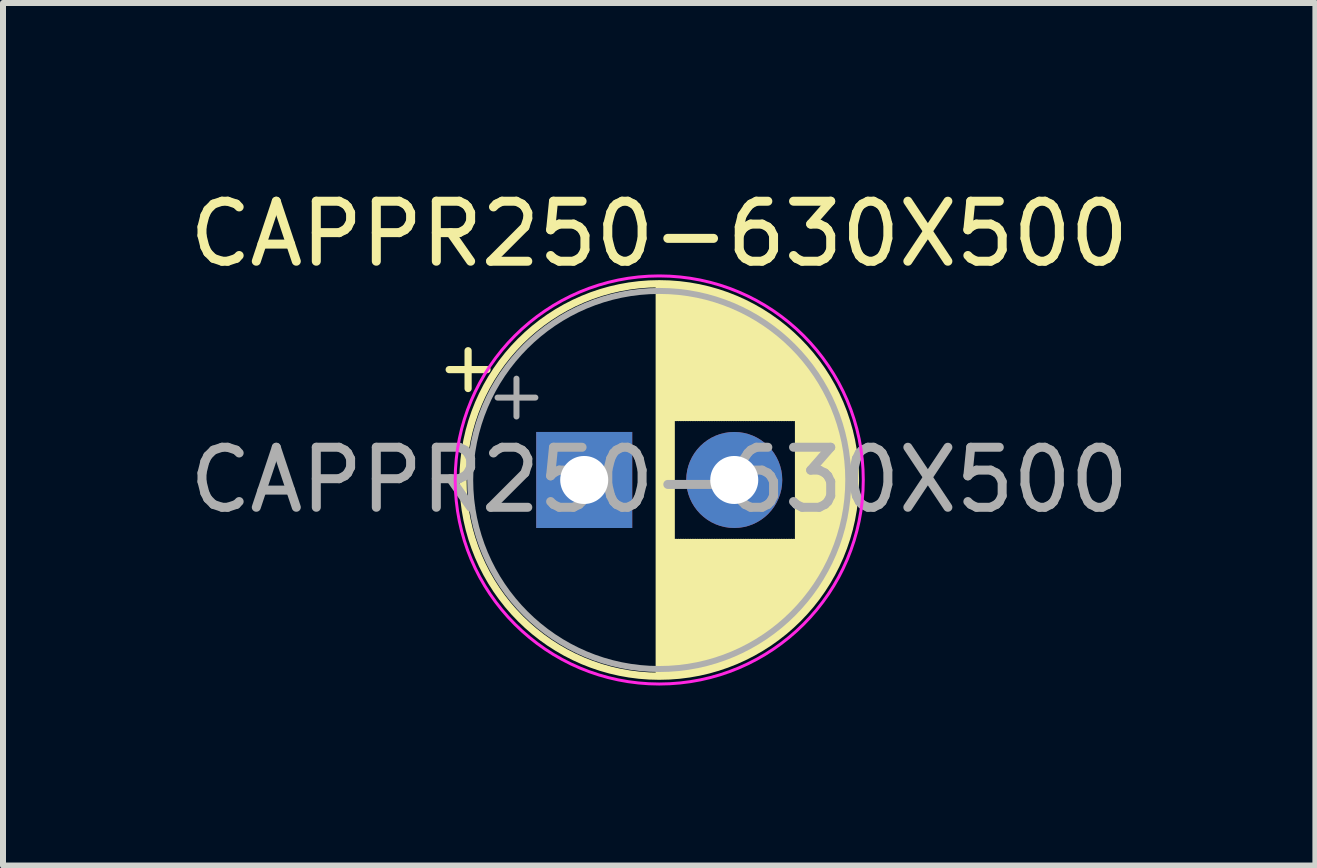
<source format=kicad_pcb>
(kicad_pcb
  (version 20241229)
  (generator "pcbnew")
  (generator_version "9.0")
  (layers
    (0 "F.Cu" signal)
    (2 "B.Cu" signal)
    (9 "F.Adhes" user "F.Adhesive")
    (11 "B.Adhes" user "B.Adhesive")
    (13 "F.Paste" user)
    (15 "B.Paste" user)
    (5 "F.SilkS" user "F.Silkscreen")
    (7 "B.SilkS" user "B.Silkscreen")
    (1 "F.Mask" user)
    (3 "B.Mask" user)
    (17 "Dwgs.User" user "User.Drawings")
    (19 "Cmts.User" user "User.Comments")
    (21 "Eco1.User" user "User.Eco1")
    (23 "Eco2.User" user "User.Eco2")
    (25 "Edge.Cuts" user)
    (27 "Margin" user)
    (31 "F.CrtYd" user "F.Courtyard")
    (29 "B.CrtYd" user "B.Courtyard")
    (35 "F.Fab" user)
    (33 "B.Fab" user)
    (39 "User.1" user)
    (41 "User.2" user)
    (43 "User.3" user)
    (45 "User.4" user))
  (footprint "CAPPR250-630X500"
    (layer "F.Cu")
    (at 7.935 4.948)
    (property "Reference" "CAPPR250-630X500" (at 0 -4.1 0) (layer "F.SilkS") (effects (font (size 1 1) (thickness 0.15))))
    (attr through_hole)
    (fp_line (start -3.5 -1.839) (end -2.87 -1.839) (stroke (width 0.12) (type solid)) (layer "F.SilkS"))
    (fp_line (start -3.185 -2.154) (end -3.185 -1.524) (stroke (width 0.12) (type solid)) (layer "F.SilkS"))
    (fp_line (start 0 -3.23) (end 0 3.23) (stroke (width 0.12) (type solid)) (layer "F.SilkS"))
    (fp_line (start 0.04 -3.23) (end 0.04 3.23) (stroke (width 0.12) (type solid)) (layer "F.SilkS"))
    (fp_line (start 0.08 -3.23) (end 0.08 3.23) (stroke (width 0.12) (type solid)) (layer "F.SilkS"))
    (fp_line (start 0.12 -3.228) (end 0.12 3.228) (stroke (width 0.12) (type solid)) (layer "F.SilkS"))
    (fp_line (start 0.16 -3.227) (end 0.16 3.227) (stroke (width 0.12) (type solid)) (layer "F.SilkS"))
    (fp_line (start 0.2 -3.224) (end 0.2 3.224) (stroke (width 0.12) (type solid)) (layer "F.SilkS"))
    (fp_line (start 0.24 -3.222) (end 0.24 -1.04) (stroke (width 0.12) (type solid)) (layer "F.SilkS"))
    (fp_line (start 0.24 1.04) (end 0.24 3.222) (stroke (width 0.12) (type solid)) (layer "F.SilkS"))
    (fp_line (start 0.28 -3.218) (end 0.28 -1.04) (stroke (width 0.12) (type solid)) (layer "F.SilkS"))
    (fp_line (start 0.28 1.04) (end 0.28 3.218) (stroke (width 0.12) (type solid)) (layer "F.SilkS"))
    (fp_line (start 0.32 -3.215) (end 0.32 -1.04) (stroke (width 0.12) (type solid)) (layer "F.SilkS"))
    (fp_line (start 0.32 1.04) (end 0.32 3.215) (stroke (width 0.12) (type solid)) (layer "F.SilkS"))
    (fp_line (start 0.36 -3.211) (end 0.36 -1.04) (stroke (width 0.12) (type solid)) (layer "F.SilkS"))
    (fp_line (start 0.36 1.04) (end 0.36 3.211) (stroke (width 0.12) (type solid)) (layer "F.SilkS"))
    (fp_line (start 0.4 -3.206) (end 0.4 -1.04) (stroke (width 0.12) (type solid)) (layer "F.SilkS"))
    (fp_line (start 0.4 1.04) (end 0.4 3.206) (stroke (width 0.12) (type solid)) (layer "F.SilkS"))
    (fp_line (start 0.44 -3.201) (end 0.44 -1.04) (stroke (width 0.12) (type solid)) (layer "F.SilkS"))
    (fp_line (start 0.44 1.04) (end 0.44 3.201) (stroke (width 0.12) (type solid)) (layer "F.SilkS"))
    (fp_line (start 0.48 -3.195) (end 0.48 -1.04) (stroke (width 0.12) (type solid)) (layer "F.SilkS"))
    (fp_line (start 0.48 1.04) (end 0.48 3.195) (stroke (width 0.12) (type solid)) (layer "F.SilkS"))
    (fp_line (start 0.52 -3.189) (end 0.52 -1.04) (stroke (width 0.12) (type solid)) (layer "F.SilkS"))
    (fp_line (start 0.52 1.04) (end 0.52 3.189) (stroke (width 0.12) (type solid)) (layer "F.SilkS"))
    (fp_line (start 0.56 -3.182) (end 0.56 -1.04) (stroke (width 0.12) (type solid)) (layer "F.SilkS"))
    (fp_line (start 0.56 1.04) (end 0.56 3.182) (stroke (width 0.12) (type solid)) (layer "F.SilkS"))
    (fp_line (start 0.6 -3.175) (end 0.6 -1.04) (stroke (width 0.12) (type solid)) (layer "F.SilkS"))
    (fp_line (start 0.6 1.04) (end 0.6 3.175) (stroke (width 0.12) (type solid)) (layer "F.SilkS"))
    (fp_line (start 0.64 -3.167) (end 0.64 -1.04) (stroke (width 0.12) (type solid)) (layer "F.SilkS"))
    (fp_line (start 0.64 1.04) (end 0.64 3.167) (stroke (width 0.12) (type solid)) (layer "F.SilkS"))
    (fp_line (start 0.68 -3.159) (end 0.68 -1.04) (stroke (width 0.12) (type solid)) (layer "F.SilkS"))
    (fp_line (start 0.68 1.04) (end 0.68 3.159) (stroke (width 0.12) (type solid)) (layer "F.SilkS"))
    (fp_line (start 0.721 -3.15) (end 0.721 -1.04) (stroke (width 0.12) (type solid)) (layer "F.SilkS"))
    (fp_line (start 0.721 1.04) (end 0.721 3.15) (stroke (width 0.12) (type solid)) (layer "F.SilkS"))
    (fp_line (start 0.761 -3.141) (end 0.761 -1.04) (stroke (width 0.12) (type solid)) (layer "F.SilkS"))
    (fp_line (start 0.761 1.04) (end 0.761 3.141) (stroke (width 0.12) (type solid)) (layer "F.SilkS"))
    (fp_line (start 0.801 -3.131) (end 0.801 -1.04) (stroke (width 0.12) (type solid)) (layer "F.SilkS"))
    (fp_line (start 0.801 1.04) (end 0.801 3.131) (stroke (width 0.12) (type solid)) (layer "F.SilkS"))
    (fp_line (start 0.841 -3.121) (end 0.841 -1.04) (stroke (width 0.12) (type solid)) (layer "F.SilkS"))
    (fp_line (start 0.841 1.04) (end 0.841 3.121) (stroke (width 0.12) (type solid)) (layer "F.SilkS"))
    (fp_line (start 0.881 -3.11) (end 0.881 -1.04) (stroke (width 0.12) (type solid)) (layer "F.SilkS"))
    (fp_line (start 0.881 1.04) (end 0.881 3.11) (stroke (width 0.12) (type solid)) (layer "F.SilkS"))
    (fp_line (start 0.921 -3.098) (end 0.921 -1.04) (stroke (width 0.12) (type solid)) (layer "F.SilkS"))
    (fp_line (start 0.921 1.04) (end 0.921 3.098) (stroke (width 0.12) (type solid)) (layer "F.SilkS"))
    (fp_line (start 0.961 -3.086) (end 0.961 -1.04) (stroke (width 0.12) (type solid)) (layer "F.SilkS"))
    (fp_line (start 0.961 1.04) (end 0.961 3.086) (stroke (width 0.12) (type solid)) (layer "F.SilkS"))
    (fp_line (start 1.001 -3.074) (end 1.001 -1.04) (stroke (width 0.12) (type solid)) (layer "F.SilkS"))
    (fp_line (start 1.001 1.04) (end 1.001 3.074) (stroke (width 0.12) (type solid)) (layer "F.SilkS"))
    (fp_line (start 1.041 -3.061) (end 1.041 -1.04) (stroke (width 0.12) (type solid)) (layer "F.SilkS"))
    (fp_line (start 1.041 1.04) (end 1.041 3.061) (stroke (width 0.12) (type solid)) (layer "F.SilkS"))
    (fp_line (start 1.081 -3.047) (end 1.081 -1.04) (stroke (width 0.12) (type solid)) (layer "F.SilkS"))
    (fp_line (start 1.081 1.04) (end 1.081 3.047) (stroke (width 0.12) (type solid)) (layer "F.SilkS"))
    (fp_line (start 1.121 -3.033) (end 1.121 -1.04) (stroke (width 0.12) (type solid)) (layer "F.SilkS"))
    (fp_line (start 1.121 1.04) (end 1.121 3.033) (stroke (width 0.12) (type solid)) (layer "F.SilkS"))
    (fp_line (start 1.161 -3.018) (end 1.161 -1.04) (stroke (width 0.12) (type solid)) (layer "F.SilkS"))
    (fp_line (start 1.161 1.04) (end 1.161 3.018) (stroke (width 0.12) (type solid)) (layer "F.SilkS"))
    (fp_line (start 1.201 -3.002) (end 1.201 -1.04) (stroke (width 0.12) (type solid)) (layer "F.SilkS"))
    (fp_line (start 1.201 1.04) (end 1.201 3.002) (stroke (width 0.12) (type solid)) (layer "F.SilkS"))
    (fp_line (start 1.241 -2.986) (end 1.241 -1.04) (stroke (width 0.12) (type solid)) (layer "F.SilkS"))
    (fp_line (start 1.241 1.04) (end 1.241 2.986) (stroke (width 0.12) (type solid)) (layer "F.SilkS"))
    (fp_line (start 1.281 -2.97) (end 1.281 -1.04) (stroke (width 0.12) (type solid)) (layer "F.SilkS"))
    (fp_line (start 1.281 1.04) (end 1.281 2.97) (stroke (width 0.12) (type solid)) (layer "F.SilkS"))
    (fp_line (start 1.321 -2.952) (end 1.321 -1.04) (stroke (width 0.12) (type solid)) (layer "F.SilkS"))
    (fp_line (start 1.321 1.04) (end 1.321 2.952) (stroke (width 0.12) (type solid)) (layer "F.SilkS"))
    (fp_line (start 1.361 -2.934) (end 1.361 -1.04) (stroke (width 0.12) (type solid)) (layer "F.SilkS"))
    (fp_line (start 1.361 1.04) (end 1.361 2.934) (stroke (width 0.12) (type solid)) (layer "F.SilkS"))
    (fp_line (start 1.401 -2.916) (end 1.401 -1.04) (stroke (width 0.12) (type solid)) (layer "F.SilkS"))
    (fp_line (start 1.401 1.04) (end 1.401 2.916) (stroke (width 0.12) (type solid)) (layer "F.SilkS"))
    (fp_line (start 1.441 -2.896) (end 1.441 -1.04) (stroke (width 0.12) (type solid)) (layer "F.SilkS"))
    (fp_line (start 1.441 1.04) (end 1.441 2.896) (stroke (width 0.12) (type solid)) (layer "F.SilkS"))
    (fp_line (start 1.481 -2.876) (end 1.481 -1.04) (stroke (width 0.12) (type solid)) (layer "F.SilkS"))
    (fp_line (start 1.481 1.04) (end 1.481 2.876) (stroke (width 0.12) (type solid)) (layer "F.SilkS"))
    (fp_line (start 1.521 -2.856) (end 1.521 -1.04) (stroke (width 0.12) (type solid)) (layer "F.SilkS"))
    (fp_line (start 1.521 1.04) (end 1.521 2.856) (stroke (width 0.12) (type solid)) (layer "F.SilkS"))
    (fp_line (start 1.561 -2.834) (end 1.561 -1.04) (stroke (width 0.12) (type solid)) (layer "F.SilkS"))
    (fp_line (start 1.561 1.04) (end 1.561 2.834) (stroke (width 0.12) (type solid)) (layer "F.SilkS"))
    (fp_line (start 1.601 -2.812) (end 1.601 -1.04) (stroke (width 0.12) (type solid)) (layer "F.SilkS"))
    (fp_line (start 1.601 1.04) (end 1.601 2.812) (stroke (width 0.12) (type solid)) (layer "F.SilkS"))
    (fp_line (start 1.641 -2.79) (end 1.641 -1.04) (stroke (width 0.12) (type solid)) (layer "F.SilkS"))
    (fp_line (start 1.641 1.04) (end 1.641 2.79) (stroke (width 0.12) (type solid)) (layer "F.SilkS"))
    (fp_line (start 1.681 -2.766) (end 1.681 -1.04) (stroke (width 0.12) (type solid)) (layer "F.SilkS"))
    (fp_line (start 1.681 1.04) (end 1.681 2.766) (stroke (width 0.12) (type solid)) (layer "F.SilkS"))
    (fp_line (start 1.721 -2.742) (end 1.721 -1.04) (stroke (width 0.12) (type solid)) (layer "F.SilkS"))
    (fp_line (start 1.721 1.04) (end 1.721 2.742) (stroke (width 0.12) (type solid)) (layer "F.SilkS"))
    (fp_line (start 1.761 -2.716) (end 1.761 -1.04) (stroke (width 0.12) (type solid)) (layer "F.SilkS"))
    (fp_line (start 1.761 1.04) (end 1.761 2.716) (stroke (width 0.12) (type solid)) (layer "F.SilkS"))
    (fp_line (start 1.801 -2.69) (end 1.801 -1.04) (stroke (width 0.12) (type solid)) (layer "F.SilkS"))
    (fp_line (start 1.801 1.04) (end 1.801 2.69) (stroke (width 0.12) (type solid)) (layer "F.SilkS"))
    (fp_line (start 1.841 -2.664) (end 1.841 -1.04) (stroke (width 0.12) (type solid)) (layer "F.SilkS"))
    (fp_line (start 1.841 1.04) (end 1.841 2.664) (stroke (width 0.12) (type solid)) (layer "F.SilkS"))
    (fp_line (start 1.881 -2.636) (end 1.881 -1.04) (stroke (width 0.12) (type solid)) (layer "F.SilkS"))
    (fp_line (start 1.881 1.04) (end 1.881 2.636) (stroke (width 0.12) (type solid)) (layer "F.SilkS"))
    (fp_line (start 1.921 -2.607) (end 1.921 -1.04) (stroke (width 0.12) (type solid)) (layer "F.SilkS"))
    (fp_line (start 1.921 1.04) (end 1.921 2.607) (stroke (width 0.12) (type solid)) (layer "F.SilkS"))
    (fp_line (start 1.961 -2.578) (end 1.961 -1.04) (stroke (width 0.12) (type solid)) (layer "F.SilkS"))
    (fp_line (start 1.961 1.04) (end 1.961 2.578) (stroke (width 0.12) (type solid)) (layer "F.SilkS"))
    (fp_line (start 2.001 -2.548) (end 2.001 -1.04) (stroke (width 0.12) (type solid)) (layer "F.SilkS"))
    (fp_line (start 2.001 1.04) (end 2.001 2.548) (stroke (width 0.12) (type solid)) (layer "F.SilkS"))
    (fp_line (start 2.041 -2.516) (end 2.041 -1.04) (stroke (width 0.12) (type solid)) (layer "F.SilkS"))
    (fp_line (start 2.041 1.04) (end 2.041 2.516) (stroke (width 0.12) (type solid)) (layer "F.SilkS"))
    (fp_line (start 2.081 -2.484) (end 2.081 -1.04) (stroke (width 0.12) (type solid)) (layer "F.SilkS"))
    (fp_line (start 2.081 1.04) (end 2.081 2.484) (stroke (width 0.12) (type solid)) (layer "F.SilkS"))
    (fp_line (start 2.121 -2.45) (end 2.121 -1.04) (stroke (width 0.12) (type solid)) (layer "F.SilkS"))
    (fp_line (start 2.121 1.04) (end 2.121 2.45) (stroke (width 0.12) (type solid)) (layer "F.SilkS"))
    (fp_line (start 2.161 -2.416) (end 2.161 -1.04) (stroke (width 0.12) (type solid)) (layer "F.SilkS"))
    (fp_line (start 2.161 1.04) (end 2.161 2.416) (stroke (width 0.12) (type solid)) (layer "F.SilkS"))
    (fp_line (start 2.201 -2.38) (end 2.201 -1.04) (stroke (width 0.12) (type solid)) (layer "F.SilkS"))
    (fp_line (start 2.201 1.04) (end 2.201 2.38) (stroke (width 0.12) (type solid)) (layer "F.SilkS"))
    (fp_line (start 2.241 -2.343) (end 2.241 -1.04) (stroke (width 0.12) (type solid)) (layer "F.SilkS"))
    (fp_line (start 2.241 1.04) (end 2.241 2.343) (stroke (width 0.12) (type solid)) (layer "F.SilkS"))
    (fp_line (start 2.281 -2.305) (end 2.281 -1.04) (stroke (width 0.12) (type solid)) (layer "F.SilkS"))
    (fp_line (start 2.281 1.04) (end 2.281 2.305) (stroke (width 0.12) (type solid)) (layer "F.SilkS"))
    (fp_line (start 2.321 -2.265) (end 2.321 2.265) (stroke (width 0.12) (type solid)) (layer "F.SilkS"))
    (fp_line (start 2.361 -2.224) (end 2.361 2.224) (stroke (width 0.12) (type solid)) (layer "F.SilkS"))
    (fp_line (start 2.401 -2.182) (end 2.401 2.182) (stroke (width 0.12) (type solid)) (layer "F.SilkS"))
    (fp_line (start 2.441 -2.137) (end 2.441 2.137) (stroke (width 0.12) (type solid)) (layer "F.SilkS"))
    (fp_line (start 2.481 -2.092) (end 2.481 2.092) (stroke (width 0.12) (type solid)) (layer "F.SilkS"))
    (fp_line (start 2.521 -2.044) (end 2.521 2.044) (stroke (width 0.12) (type solid)) (layer "F.SilkS"))
    (fp_line (start 2.561 -1.995) (end 2.561 1.995) (stroke (width 0.12) (type solid)) (layer "F.SilkS"))
    (fp_line (start 2.601 -1.944) (end 2.601 1.944) (stroke (width 0.12) (type solid)) (layer "F.SilkS"))
    (fp_line (start 2.641 -1.89) (end 2.641 1.89) (stroke (width 0.12) (type solid)) (layer "F.SilkS"))
    (fp_line (start 2.681 -1.834) (end 2.681 1.834) (stroke (width 0.12) (type solid)) (layer "F.SilkS"))
    (fp_line (start 2.721 -1.776) (end 2.721 1.776) (stroke (width 0.12) (type solid)) (layer "F.SilkS"))
    (fp_line (start 2.761 -1.714) (end 2.761 1.714) (stroke (width 0.12) (type solid)) (layer "F.SilkS"))
    (fp_line (start 2.801 -1.65) (end 2.801 1.65) (stroke (width 0.12) (type solid)) (layer "F.SilkS"))
    (fp_line (start 2.841 -1.581) (end 2.841 1.581) (stroke (width 0.12) (type solid)) (layer "F.SilkS"))
    (fp_line (start 2.881 -1.509) (end 2.881 1.509) (stroke (width 0.12) (type solid)) (layer "F.SilkS"))
    (fp_line (start 2.921 -1.432) (end 2.921 1.432) (stroke (width 0.12) (type solid)) (layer "F.SilkS"))
    (fp_line (start 2.961 -1.35) (end 2.961 1.35) (stroke (width 0.12) (type solid)) (layer "F.SilkS"))
    (fp_line (start 3.001 -1.262) (end 3.001 1.262) (stroke (width 0.12) (type solid)) (layer "F.SilkS"))
    (fp_line (start 3.041 -1.165) (end 3.041 1.165) (stroke (width 0.12) (type solid)) (layer "F.SilkS"))
    (fp_line (start 3.081 -1.059) (end 3.081 1.059) (stroke (width 0.12) (type solid)) (layer "F.SilkS"))
    (fp_line (start 3.121 -0.94) (end 3.121 0.94) (stroke (width 0.12) (type solid)) (layer "F.SilkS"))
    (fp_line (start 3.161 -0.802) (end 3.161 0.802) (stroke (width 0.12) (type solid)) (layer "F.SilkS"))
    (fp_line (start 3.201 -0.633) (end 3.201 0.633) (stroke (width 0.12) (type solid)) (layer "F.SilkS"))
    (fp_line (start 3.241 -0.402) (end 3.241 0.402) (stroke (width 0.12) (type solid)) (layer "F.SilkS"))
    (fp_circle (center 0 0) (end 3.27 0) (stroke (width 0.12) (type solid)) (fill no) (layer "F.SilkS"))
    (fp_circle (center 0 0) (end 3.4 0) (stroke (width 0.05) (type solid)) (fill no) (layer "F.CrtYd"))
    (fp_line (start -2.694 -1.373) (end -2.064 -1.373) (stroke (width 0.1) (type solid)) (layer "F.Fab"))
    (fp_line (start -2.379 -1.688) (end -2.379 -1.058) (stroke (width 0.1) (type solid)) (layer "F.Fab"))
    (fp_circle (center 0 0) (end 3.15 0) (stroke (width 0.1) (type solid)) (fill no) (layer "F.Fab"))
    (fp_text user "${REFERENCE}" (at 0 0 0) (layer "F.Fab") (effects (font (size 1 1) (thickness 0.15))))
    (pad "1" thru_hole rect (at -1.25 0) (size 1.6 1.6) (drill 0.8) (layers "*.Cu" "*.Mask"))
    (pad "2" thru_hole circle (at 1.25 0) (size 1.6 1.6) (drill 0.8) (layers "*.Cu" "*.Mask")))
  (gr_rect
    (start -3 -3)
    (end 18.869 11.373)
    (stroke (width 0.1) (type default))
    (fill no)
    (layer "Edge.Cuts")))
</source>
